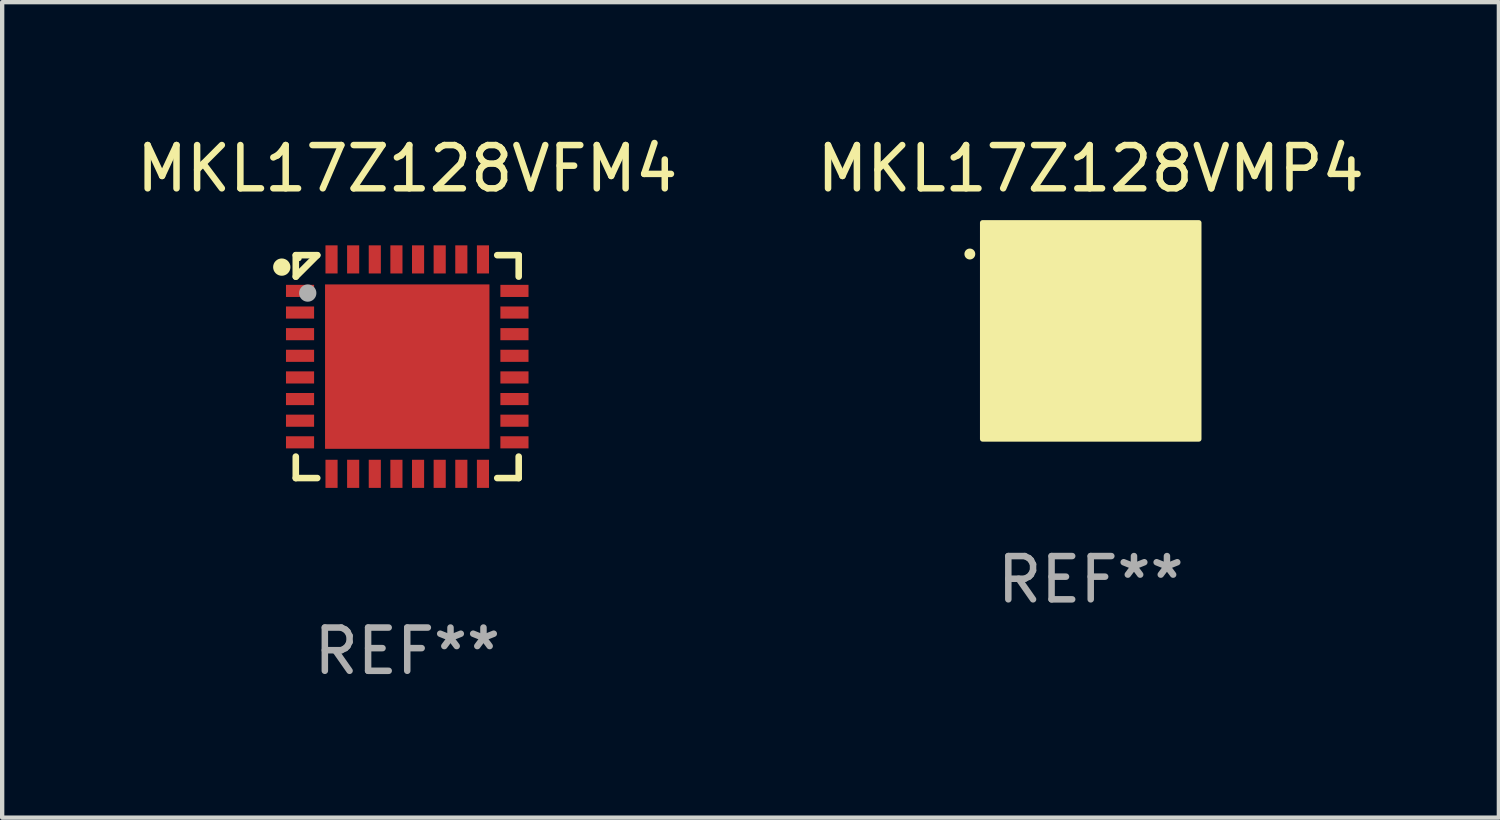
<source format=kicad_pcb>
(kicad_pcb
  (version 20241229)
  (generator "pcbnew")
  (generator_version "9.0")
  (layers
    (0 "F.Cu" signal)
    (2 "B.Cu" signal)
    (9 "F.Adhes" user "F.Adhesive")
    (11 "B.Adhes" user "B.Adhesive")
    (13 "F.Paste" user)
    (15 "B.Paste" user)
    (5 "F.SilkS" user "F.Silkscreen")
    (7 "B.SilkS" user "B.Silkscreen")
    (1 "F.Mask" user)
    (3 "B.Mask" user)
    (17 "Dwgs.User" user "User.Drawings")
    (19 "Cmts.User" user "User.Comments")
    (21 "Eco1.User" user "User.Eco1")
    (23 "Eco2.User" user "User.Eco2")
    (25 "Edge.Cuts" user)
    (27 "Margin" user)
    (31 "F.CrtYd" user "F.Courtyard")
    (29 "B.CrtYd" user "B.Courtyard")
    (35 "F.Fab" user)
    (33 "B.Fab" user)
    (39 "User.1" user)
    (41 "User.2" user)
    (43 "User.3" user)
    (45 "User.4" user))
  (footprint "MKL17Z128VFM4"
    (layer "F.Cu")
    (at 6.363 5.424)
    (property "Reference" "MKL17Z128VFM4" (at 0 -4.576 0) (layer "F.SilkS") (effects (font (size 1 1) (thickness 0.15))))
    (attr through_hole)
    (fp_line (start -2.576 -2.576) (end -2.576 -2.08) (stroke (width 0.152) (type solid)) (layer "F.SilkS"))
    (fp_line (start -2.576 2.576) (end -2.576 2.08) (stroke (width 0.152) (type solid)) (layer "F.SilkS"))
    (fp_line (start -2.08 -2.576) (end -2.576 -2.576) (stroke (width 0.152) (type solid)) (layer "F.SilkS"))
    (fp_line (start -2.08 -2.576) (end -2.576 -2.08) (stroke (width 0.152) (type solid)) (layer "F.SilkS"))
    (fp_line (start -2.08 2.576) (end -2.576 2.576) (stroke (width 0.152) (type solid)) (layer "F.SilkS"))
    (fp_line (start 2.08 -2.576) (end 2.576 -2.576) (stroke (width 0.152) (type solid)) (layer "F.SilkS"))
    (fp_line (start 2.08 2.576) (end 2.576 2.576) (stroke (width 0.152) (type solid)) (layer "F.SilkS"))
    (fp_line (start 2.576 -2.576) (end 2.576 -2.08) (stroke (width 0.152) (type solid)) (layer "F.SilkS"))
    (fp_line (start 2.576 2.576) (end 2.576 2.08) (stroke (width 0.152) (type solid)) (layer "F.SilkS"))
    (fp_circle (center -2.9 -2.3) (end -2.8 -2.3) (stroke (width 0.2) (type solid)) (fill no) (layer "F.SilkS"))
    (fp_circle (center -2.5 -2.5) (end -2.47 -2.5) (stroke (width 0.06) (type solid)) (fill no) (layer "F.SilkS"))
    (fp_circle (center -2.3 -1.7) (end -2.2 -1.7) (stroke (width 0.2) (type solid)) (fill no) (layer "F.Fab"))
    (fp_text user "REF**" (at 0 6.576 0) (layer "F.Fab") (effects (font (size 1 1) (thickness 0.15))))
    (pad "1" smd rect (at -2.478 -1.75) (size 0.65 0.28) (layers "F.Cu" "F.Mask" "F.Paste"))
    (pad "2" smd rect (at -2.478 -1.25) (size 0.65 0.28) (layers "F.Cu" "F.Mask" "F.Paste"))
    (pad "3" smd rect (at -2.478 -0.75) (size 0.65 0.28) (layers "F.Cu" "F.Mask" "F.Paste"))
    (pad "4" smd rect (at -2.478 -0.25) (size 0.65 0.28) (layers "F.Cu" "F.Mask" "F.Paste"))
    (pad "5" smd rect (at -2.478 0.25) (size 0.65 0.28) (layers "F.Cu" "F.Mask" "F.Paste"))
    (pad "6" smd rect (at -2.478 0.75) (size 0.65 0.28) (layers "F.Cu" "F.Mask" "F.Paste"))
    (pad "7" smd rect (at -2.478 1.25) (size 0.65 0.28) (layers "F.Cu" "F.Mask" "F.Paste"))
    (pad "8" smd rect (at -2.478 1.75) (size 0.65 0.28) (layers "F.Cu" "F.Mask" "F.Paste"))
    (pad "9" smd rect (at -1.75 2.478) (size 0.28 0.65) (layers "F.Cu" "F.Mask" "F.Paste"))
    (pad "10" smd rect (at -1.25 2.478) (size 0.28 0.65) (layers "F.Cu" "F.Mask" "F.Paste"))
    (pad "11" smd rect (at -0.75 2.478) (size 0.28 0.65) (layers "F.Cu" "F.Mask" "F.Paste"))
    (pad "12" smd rect (at -0.25 2.478) (size 0.28 0.65) (layers "F.Cu" "F.Mask" "F.Paste"))
    (pad "13" smd rect (at 0.25 2.478) (size 0.28 0.65) (layers "F.Cu" "F.Mask" "F.Paste"))
    (pad "14" smd rect (at 0.75 2.478) (size 0.28 0.65) (layers "F.Cu" "F.Mask" "F.Paste"))
    (pad "15" smd rect (at 1.25 2.478) (size 0.28 0.65) (layers "F.Cu" "F.Mask" "F.Paste"))
    (pad "16" smd rect (at 1.75 2.478) (size 0.28 0.65) (layers "F.Cu" "F.Mask" "F.Paste"))
    (pad "17" smd rect (at 2.478 1.75) (size 0.65 0.28) (layers "F.Cu" "F.Mask" "F.Paste"))
    (pad "18" smd rect (at 2.478 1.25) (size 0.65 0.28) (layers "F.Cu" "F.Mask" "F.Paste"))
    (pad "19" smd rect (at 2.478 0.75) (size 0.65 0.28) (layers "F.Cu" "F.Mask" "F.Paste"))
    (pad "20" smd rect (at 2.478 0.25) (size 0.65 0.28) (layers "F.Cu" "F.Mask" "F.Paste"))
    (pad "21" smd rect (at 2.478 -0.25) (size 0.65 0.28) (layers "F.Cu" "F.Mask" "F.Paste"))
    (pad "22" smd rect (at 2.478 -0.75) (size 0.65 0.28) (layers "F.Cu" "F.Mask" "F.Paste"))
    (pad "23" smd rect (at 2.478 -1.25) (size 0.65 0.28) (layers "F.Cu" "F.Mask" "F.Paste"))
    (pad "24" smd rect (at 2.478 -1.75) (size 0.65 0.28) (layers "F.Cu" "F.Mask" "F.Paste"))
    (pad "25" smd rect (at 1.75 -2.478) (size 0.28 0.65) (layers "F.Cu" "F.Mask" "F.Paste"))
    (pad "26" smd rect (at 1.25 -2.478) (size 0.28 0.65) (layers "F.Cu" "F.Mask" "F.Paste"))
    (pad "27" smd rect (at 0.75 -2.478) (size 0.28 0.65) (layers "F.Cu" "F.Mask" "F.Paste"))
    (pad "28" smd rect (at 0.25 -2.478) (size 0.28 0.65) (layers "F.Cu" "F.Mask" "F.Paste"))
    (pad "29" smd rect (at -0.25 -2.478) (size 0.28 0.65) (layers "F.Cu" "F.Mask" "F.Paste"))
    (pad "30" smd rect (at -0.75 -2.478) (size 0.28 0.65) (layers "F.Cu" "F.Mask" "F.Paste"))
    (pad "31" smd rect (at -1.25 -2.478) (size 0.28 0.65) (layers "F.Cu" "F.Mask" "F.Paste"))
    (pad "32" smd rect (at -1.75 -2.478) (size 0.28 0.65) (layers "F.Cu" "F.Mask" "F.Paste"))
    (pad "33" smd rect (at 0 0) (size 3.8 3.8) (layers "F.Cu" "F.Mask" "F.Paste")))
  (footprint "MKL17Z128VMP4"
    (layer "F.Cu")
    (at 22.161 4.598)
    (property "Reference" "MKL17Z128VMP4" (at 0 -3.75 0) (layer "F.SilkS") (effects (font (size 1 1) (thickness 0.15))))
    (attr through_hole)
    (fp_arc (start -2.794006 -1.775464) (mid -2.794012 -1.776734) (end -2.794006 -1.778004) (stroke (width 0.25) (type solid)) (layer "F.SilkS"))
    (fp_poly (pts (xy -2.5 -2.5) (xy 2.5 -2.5) (xy 2.5 2.5) (xy -2.5 2.5)) (stroke (width 0.12) (type solid)) (fill yes) (layer "F.SilkS"))
    (fp_text user "REF**" (at 0 5.75 0) (layer "F.Fab") (effects (font (size 1 1) (thickness 0.15))))
    (pad "A1" smd circle (at -1.75 -1.75) (size 0.3 0.3) (layers "F.Cu" "F.Mask" "F.Paste"))
    (pad "A2" smd circle (at -1.25 -1.75) (size 0.3 0.3) (layers "F.Cu" "F.Mask" "F.Paste"))
    (pad "A3" smd circle (at -0.75 -1.75) (size 0.3 0.3) (layers "F.Cu" "F.Mask" "F.Paste"))
    (pad "A4" smd circle (at -0.25 -1.75) (size 0.3 0.3) (layers "F.Cu" "F.Mask" "F.Paste"))
    (pad "A5" smd circle (at 0.25 -1.75) (size 0.3 0.3) (layers "F.Cu" "F.Mask" "F.Paste"))
    (pad "A6" smd circle (at 0.75 -1.75) (size 0.3 0.3) (layers "F.Cu" "F.Mask" "F.Paste"))
    (pad "A7" smd circle (at 1.25 -1.75) (size 0.3 0.3) (layers "F.Cu" "F.Mask" "F.Paste"))
    (pad "A8" smd circle (at 1.75 -1.75) (size 0.3 0.3) (layers "F.Cu" "F.Mask" "F.Paste"))
    (pad "B1" smd circle (at -1.75 -1.25) (size 0.3 0.3) (layers "F.Cu" "F.Mask" "F.Paste"))
    (pad "B2" smd circle (at -1.25 -1.25) (size 0.3 0.3) (layers "F.Cu" "F.Mask" "F.Paste"))
    (pad "B3" smd circle (at -0.75 -1.25) (size 0.3 0.3) (layers "F.Cu" "F.Mask" "F.Paste"))
    (pad "B4" smd circle (at -0.25 -1.25) (size 0.3 0.3) (layers "F.Cu" "F.Mask" "F.Paste"))
    (pad "B5" smd circle (at 0.25 -1.25) (size 0.3 0.3) (layers "F.Cu" "F.Mask" "F.Paste"))
    (pad "B6" smd circle (at 0.75 -1.25) (size 0.3 0.3) (layers "F.Cu" "F.Mask" "F.Paste"))
    (pad "B7" smd circle (at 1.25 -1.25) (size 0.3 0.3) (layers "F.Cu" "F.Mask" "F.Paste"))
    (pad "B8" smd circle (at 1.75 -1.25) (size 0.3 0.3) (layers "F.Cu" "F.Mask" "F.Paste"))
    (pad "C1" smd circle (at -1.75 -0.75) (size 0.3 0.3) (layers "F.Cu" "F.Mask" "F.Paste"))
    (pad "C2" smd circle (at -1.25 -0.75) (size 0.3 0.3) (layers "F.Cu" "F.Mask" "F.Paste"))
    (pad "C3" smd circle (at -0.75 -0.75) (size 0.3 0.3) (layers "F.Cu" "F.Mask" "F.Paste"))
    (pad "C4" smd circle (at -0.25 -0.75) (size 0.3 0.3) (layers "F.Cu" "F.Mask" "F.Paste"))
    (pad "C5" smd circle (at 0.25 -0.75) (size 0.3 0.3) (layers "F.Cu" "F.Mask" "F.Paste"))
    (pad "C6" smd circle (at 0.75 -0.75) (size 0.3 0.3) (layers "F.Cu" "F.Mask" "F.Paste"))
    (pad "C7" smd circle (at 1.25 -0.75) (size 0.3 0.3) (layers "F.Cu" "F.Mask" "F.Paste"))
    (pad "C8" smd circle (at 1.75 -0.75) (size 0.3 0.3) (layers "F.Cu" "F.Mask" "F.Paste"))
    (pad "D1" smd circle (at -1.75 -0.25) (size 0.3 0.3) (layers "F.Cu" "F.Mask" "F.Paste"))
    (pad "D2" smd circle (at -1.25 -0.25) (size 0.3 0.3) (layers "F.Cu" "F.Mask" "F.Paste"))
    (pad "D3" smd circle (at -0.75 -0.25) (size 0.3 0.3) (layers "F.Cu" "F.Mask" "F.Paste"))
    (pad "D4" smd circle (at -0.25 -0.25) (size 0.3 0.3) (layers "F.Cu" "F.Mask" "F.Paste"))
    (pad "D5" smd circle (at 0.25 -0.25) (size 0.3 0.3) (layers "F.Cu" "F.Mask" "F.Paste"))
    (pad "D6" smd circle (at 0.75 -0.25) (size 0.3 0.3) (layers "F.Cu" "F.Mask" "F.Paste"))
    (pad "D7" smd circle (at 1.25 -0.25) (size 0.3 0.3) (layers "F.Cu" "F.Mask" "F.Paste"))
    (pad "D8" smd circle (at 1.75 -0.25) (size 0.3 0.3) (layers "F.Cu" "F.Mask" "F.Paste"))
    (pad "E1" smd circle (at -1.75 0.25) (size 0.3 0.3) (layers "F.Cu" "F.Mask" "F.Paste"))
    (pad "E2" smd circle (at -1.25 0.25) (size 0.3 0.3) (layers "F.Cu" "F.Mask" "F.Paste"))
    (pad "E3" smd circle (at -0.75 0.25) (size 0.3 0.3) (layers "F.Cu" "F.Mask" "F.Paste"))
    (pad "E4" smd circle (at -0.25 0.25) (size 0.3 0.3) (layers "F.Cu" "F.Mask" "F.Paste"))
    (pad "E5" smd circle (at 0.25 0.25) (size 0.3 0.3) (layers "F.Cu" "F.Mask" "F.Paste"))
    (pad "E6" smd circle (at 0.75 0.25) (size 0.3 0.3) (layers "F.Cu" "F.Mask" "F.Paste"))
    (pad "E7" smd circle (at 1.25 0.25) (size 0.3 0.3) (layers "F.Cu" "F.Mask" "F.Paste"))
    (pad "E8" smd circle (at 1.75 0.25) (size 0.3 0.3) (layers "F.Cu" "F.Mask" "F.Paste"))
    (pad "F1" smd circle (at -1.75 0.75) (size 0.3 0.3) (layers "F.Cu" "F.Mask" "F.Paste"))
    (pad "F2" smd circle (at -1.25 0.75) (size 0.3 0.3) (layers "F.Cu" "F.Mask" "F.Paste"))
    (pad "F3" smd circle (at -0.75 0.75) (size 0.3 0.3) (layers "F.Cu" "F.Mask" "F.Paste"))
    (pad "F4" smd circle (at -0.25 0.75) (size 0.3 0.3) (layers "F.Cu" "F.Mask" "F.Paste"))
    (pad "F5" smd circle (at 0.25 0.75) (size 0.3 0.3) (layers "F.Cu" "F.Mask" "F.Paste"))
    (pad "F6" smd circle (at 0.75 0.75) (size 0.3 0.3) (layers "F.Cu" "F.Mask" "F.Paste"))
    (pad "F7" smd circle (at 1.25 0.75) (size 0.3 0.3) (layers "F.Cu" "F.Mask" "F.Paste"))
    (pad "F8" smd circle (at 1.75 0.75) (size 0.3 0.3) (layers "F.Cu" "F.Mask" "F.Paste"))
    (pad "G1" smd circle (at -1.75 1.25) (size 0.3 0.3) (layers "F.Cu" "F.Mask" "F.Paste"))
    (pad "G2" smd circle (at -1.25 1.25) (size 0.3 0.3) (layers "F.Cu" "F.Mask" "F.Paste"))
    (pad "G3" smd circle (at -0.75 1.25) (size 0.3 0.3) (layers "F.Cu" "F.Mask" "F.Paste"))
    (pad "G4" smd circle (at -0.25 1.25) (size 0.3 0.3) (layers "F.Cu" "F.Mask" "F.Paste"))
    (pad "G5" smd circle (at 0.25 1.25) (size 0.3 0.3) (layers "F.Cu" "F.Mask" "F.Paste"))
    (pad "G6" smd circle (at 0.75 1.25) (size 0.3 0.3) (layers "F.Cu" "F.Mask" "F.Paste"))
    (pad "G7" smd circle (at 1.25 1.25) (size 0.3 0.3) (layers "F.Cu" "F.Mask" "F.Paste"))
    (pad "G8" smd circle (at 1.75 1.25) (size 0.3 0.3) (layers "F.Cu" "F.Mask" "F.Paste"))
    (pad "H1" smd circle (at -1.75 1.75) (size 0.3 0.3) (layers "F.Cu" "F.Mask" "F.Paste"))
    (pad "H2" smd circle (at -1.25 1.75) (size 0.3 0.3) (layers "F.Cu" "F.Mask" "F.Paste"))
    (pad "H3" smd circle (at -0.75 1.75) (size 0.3 0.3) (layers "F.Cu" "F.Mask" "F.Paste"))
    (pad "H4" smd circle (at -0.25 1.75) (size 0.3 0.3) (layers "F.Cu" "F.Mask" "F.Paste"))
    (pad "H5" smd circle (at 0.25 1.75) (size 0.3 0.3) (layers "F.Cu" "F.Mask" "F.Paste"))
    (pad "H6" smd circle (at 0.75 1.75) (size 0.3 0.3) (layers "F.Cu" "F.Mask" "F.Paste"))
    (pad "H7" smd circle (at 1.25 1.75) (size 0.3 0.3) (layers "F.Cu" "F.Mask" "F.Paste"))
    (pad "H8" smd circle (at 1.75 1.75) (size 0.3 0.3) (layers "F.Cu" "F.Mask" "F.Paste")))
  (gr_rect
    (start -3 -3)
    (end 31.595 15.849)
    (stroke (width 0.1) (type default))
    (fill no)
    (layer "Edge.Cuts")))
</source>
